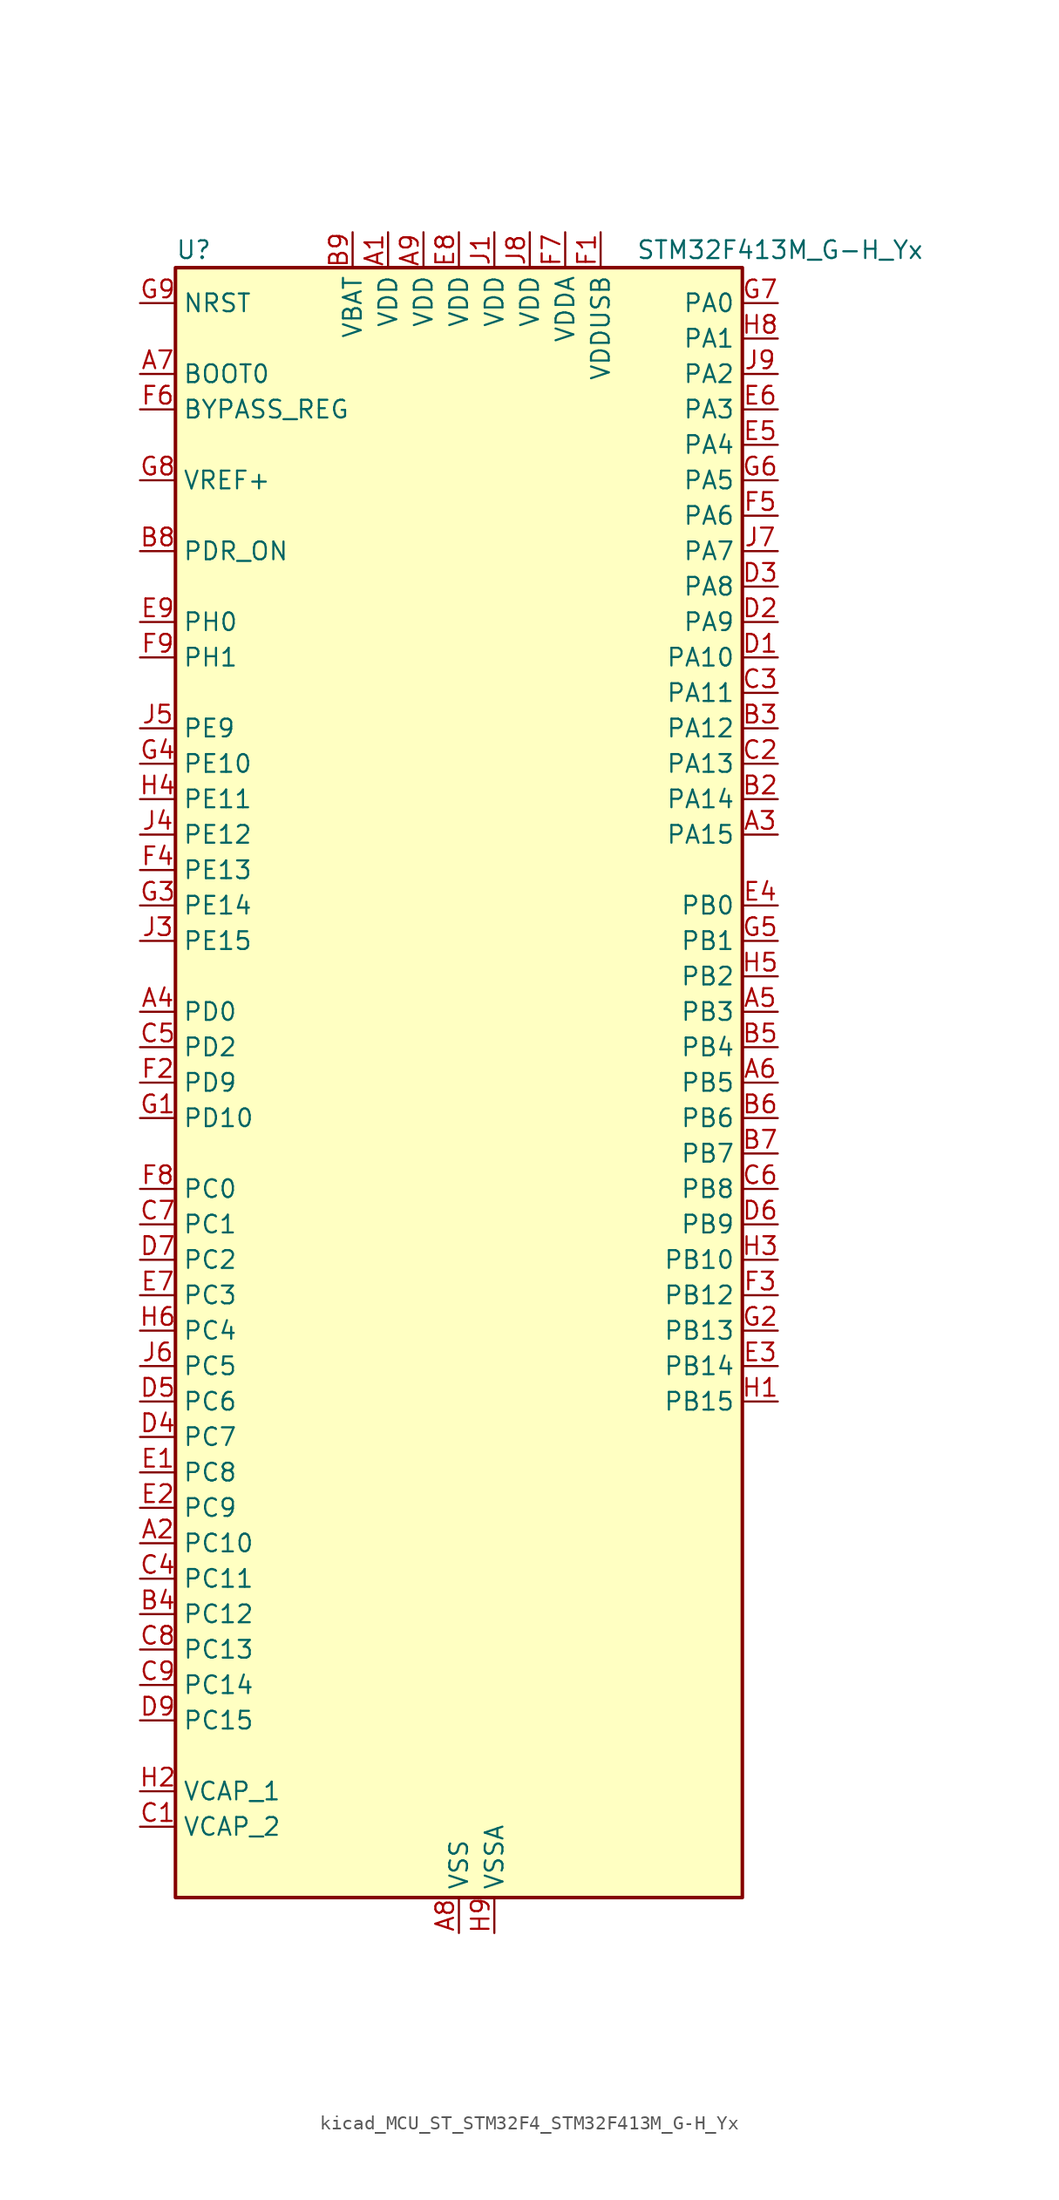
<source format=kicad_sym>
(kicad_symbol_lib
  (version 20220914)
  (generator kicad_symbol_editor)
  (symbol "kicad_MCU_ST_STM32F4_STM32F413M_G-H_Yx"
    (property "Reference" "U"
      (at -20.32 59.69 0)
      (effects (font (size 1.27 1.27)) (justify left)))
    (property "Value" "STM32F413M_G-H_Yx"
      (at 12.7 59.69 0)
      (effects (font (size 1.27 1.27)) (justify left)))
    (property "ki_locked" ""
      (at 0 0 0)
      (effects (font (size 1.27 1.27))))
    (symbol "kicad_MCU_ST_STM32F4_STM32F413M_G-H_Yx_0_1"
      (rectangle (start -20.32 -58.42) (end 20.32 58.42) (stroke (width 0.254) (type default)) (fill (type background))))
    (symbol "kicad_MCU_ST_STM32F4_STM32F413M_G-H_Yx_1_1"
      (pin power_in line (at -5.08 60.96 270) (length 2.54) (name "VDD" (effects (font (size 1.27 1.27)))) (number "A1" (effects (font (size 1.27 1.27)))))
      (pin bidirectional line (at -22.86 -33.02 0) (length 2.54) (name "PC10" (effects (font (size 1.27 1.27)))) (number "A2" (effects (font (size 1.27 1.27)))) (alternate "DFSDM2_CKIN5" bidirectional line) (alternate "I2S3_CK" bidirectional line) (alternate "QUADSPI_BK1_IO1" bidirectional line) (alternate "SDIO_D2" bidirectional line) (alternate "SPI3_SCK" bidirectional line) (alternate "USART3_TX" bidirectional line))
      (pin bidirectional line (at 22.86 17.78 180) (length 2.54) (name "PA15" (effects (font (size 1.27 1.27)))) (number "A3" (effects (font (size 1.27 1.27)))) (alternate "ADC1_EXTI15" bidirectional line) (alternate "CAN3_TX" bidirectional line) (alternate "I2S1_WS" bidirectional line) (alternate "I2S3_WS" bidirectional line) (alternate "SAI1_MCLK_A" bidirectional line) (alternate "SPI1_NSS" bidirectional line) (alternate "SPI3_NSS" bidirectional line) (alternate "SYS_JTDI" bidirectional line) (alternate "TIM2_CH1" bidirectional line) (alternate "TIM2_ETR" bidirectional line) (alternate "UART7_TX" bidirectional line) (alternate "USART1_TX" bidirectional line))
      (pin bidirectional line (at -22.86 5.08 0) (length 2.54) (name "PD0" (effects (font (size 1.27 1.27)))) (number "A4" (effects (font (size 1.27 1.27)))) (alternate "CAN1_RX" bidirectional line) (alternate "DFSDM2_CKIN6" bidirectional line) (alternate "FSMC_D2" bidirectional line) (alternate "FSMC_DA2" bidirectional line) (alternate "UART4_RX" bidirectional line))
      (pin bidirectional line (at 22.86 5.08 180) (length 2.54) (name "PB3" (effects (font (size 1.27 1.27)))) (number "A5" (effects (font (size 1.27 1.27)))) (alternate "CAN3_RX" bidirectional line) (alternate "FMPI2C1_SDA" bidirectional line) (alternate "I2C2_SDA" bidirectional line) (alternate "I2S1_CK" bidirectional line) (alternate "I2S3_CK" bidirectional line) (alternate "SAI1_SD_A" bidirectional line) (alternate "SPI1_SCK" bidirectional line) (alternate "SPI3_SCK" bidirectional line) (alternate "SYS_JTDO-SWO" bidirectional line) (alternate "TIM2_CH2" bidirectional line) (alternate "UART7_RX" bidirectional line) (alternate "USART1_RX" bidirectional line))
      (pin bidirectional line (at 22.86 0 180) (length 2.54) (name "PB5" (effects (font (size 1.27 1.27)))) (number "A6" (effects (font (size 1.27 1.27)))) (alternate "CAN2_RX" bidirectional line) (alternate "I2C1_SMBA" bidirectional line) (alternate "I2S1_SD" bidirectional line) (alternate "I2S3_SD" bidirectional line) (alternate "LPTIM1_IN1" bidirectional line) (alternate "SAI1_FS_A" bidirectional line) (alternate "SDIO_D3" bidirectional line) (alternate "SPI1_MOSI" bidirectional line) (alternate "SPI3_MOSI" bidirectional line) (alternate "TIM3_CH2" bidirectional line) (alternate "UART5_RX" bidirectional line))
      (pin input line (at -22.86 50.8 0) (length 2.54) (name "BOOT0" (effects (font (size 1.27 1.27)))) (number "A7" (effects (font (size 1.27 1.27)))))
      (pin power_in line (at 0 -60.96 90) (length 2.54) (name "VSS" (effects (font (size 1.27 1.27)))) (number "A8" (effects (font (size 1.27 1.27)))))
      (pin power_in line (at -2.54 60.96 270) (length 2.54) (name "VDD" (effects (font (size 1.27 1.27)))) (number "A9" (effects (font (size 1.27 1.27)))))
      (pin passive line (at 0 -60.96 90) (length 2.54) hide (name "VSS" (effects (font (size 1.27 1.27)))) (number "B1" (effects (font (size 1.27 1.27)))))
      (pin bidirectional line (at 22.86 20.32 180) (length 2.54) (name "PA14" (effects (font (size 1.27 1.27)))) (number "B2" (effects (font (size 1.27 1.27)))) (alternate "SYS_JTCK-SWCLK" bidirectional line))
      (pin bidirectional line (at 22.86 25.4 180) (length 2.54) (name "PA12" (effects (font (size 1.27 1.27)))) (number "B3" (effects (font (size 1.27 1.27)))) (alternate "CAN1_TX" bidirectional line) (alternate "DFSDM2_DATIN5" bidirectional line) (alternate "SPI2_MISO" bidirectional line) (alternate "SPI5_MISO" bidirectional line) (alternate "TIM1_ETR" bidirectional line) (alternate "UART4_TX" bidirectional line) (alternate "USART1_RTS" bidirectional line) (alternate "USART6_RX" bidirectional line) (alternate "USB_OTG_FS_DP" bidirectional line))
      (pin bidirectional line (at -22.86 -38.1 0) (length 2.54) (name "PC12" (effects (font (size 1.27 1.27)))) (number "B4" (effects (font (size 1.27 1.27)))) (alternate "FSMC_D3" bidirectional line) (alternate "FSMC_DA3" bidirectional line) (alternate "I2S3_SD" bidirectional line) (alternate "SDIO_CK" bidirectional line) (alternate "SPI3_MOSI" bidirectional line) (alternate "UART5_TX" bidirectional line) (alternate "USART3_CK" bidirectional line))
      (pin bidirectional line (at 22.86 2.54 180) (length 2.54) (name "PB4" (effects (font (size 1.27 1.27)))) (number "B5" (effects (font (size 1.27 1.27)))) (alternate "CAN3_TX" bidirectional line) (alternate "I2C3_SDA" bidirectional line) (alternate "I2S3_ext_SD" bidirectional line) (alternate "SAI1_SCK_A" bidirectional line) (alternate "SDIO_D0" bidirectional line) (alternate "SPI1_MISO" bidirectional line) (alternate "SPI3_MISO" bidirectional line) (alternate "SYS_JTRST" bidirectional line) (alternate "TIM3_CH1" bidirectional line) (alternate "UART7_TX" bidirectional line))
      (pin bidirectional line (at 22.86 -2.54 180) (length 2.54) (name "PB6" (effects (font (size 1.27 1.27)))) (number "B6" (effects (font (size 1.27 1.27)))) (alternate "CAN2_TX" bidirectional line) (alternate "DFSDM2_CKIN7" bidirectional line) (alternate "I2C1_SCL" bidirectional line) (alternate "LPTIM1_ETR" bidirectional line) (alternate "QUADSPI_BK1_NCS" bidirectional line) (alternate "SDIO_D0" bidirectional line) (alternate "TIM4_CH1" bidirectional line) (alternate "UART5_TX" bidirectional line) (alternate "USART1_TX" bidirectional line))
      (pin bidirectional line (at 22.86 -5.08 180) (length 2.54) (name "PB7" (effects (font (size 1.27 1.27)))) (number "B7" (effects (font (size 1.27 1.27)))) (alternate "DFSDM2_DATIN7" bidirectional line) (alternate "FSMC_NL" bidirectional line) (alternate "I2C1_SDA" bidirectional line) (alternate "LPTIM1_IN2" bidirectional line) (alternate "TIM4_CH2" bidirectional line) (alternate "USART1_RX" bidirectional line))
      (pin input line (at -22.86 38.1 0) (length 2.54) (name "PDR_ON" (effects (font (size 1.27 1.27)))) (number "B8" (effects (font (size 1.27 1.27)))))
      (pin power_in line (at -7.62 60.96 270) (length 2.54) (name "VBAT" (effects (font (size 1.27 1.27)))) (number "B9" (effects (font (size 1.27 1.27)))))
      (pin power_out line (at -22.86 -53.34 0) (length 2.54) (name "VCAP_2" (effects (font (size 1.27 1.27)))) (number "C1" (effects (font (size 1.27 1.27)))))
      (pin bidirectional line (at 22.86 22.86 180) (length 2.54) (name "PA13" (effects (font (size 1.27 1.27)))) (number "C2" (effects (font (size 1.27 1.27)))) (alternate "SYS_JTMS-SWDIO" bidirectional line))
      (pin bidirectional line (at 22.86 27.94 180) (length 2.54) (name "PA11" (effects (font (size 1.27 1.27)))) (number "C3" (effects (font (size 1.27 1.27)))) (alternate "ADC1_EXTI11" bidirectional line) (alternate "CAN1_RX" bidirectional line) (alternate "DFSDM2_CKIN5" bidirectional line) (alternate "I2S2_WS" bidirectional line) (alternate "SPI2_NSS" bidirectional line) (alternate "SPI4_MISO" bidirectional line) (alternate "TIM1_CH4" bidirectional line) (alternate "UART4_RX" bidirectional line) (alternate "USART1_CTS" bidirectional line) (alternate "USART6_TX" bidirectional line) (alternate "USB_OTG_FS_DM" bidirectional line))
      (pin bidirectional line (at -22.86 -35.56 0) (length 2.54) (name "PC11" (effects (font (size 1.27 1.27)))) (number "C4" (effects (font (size 1.27 1.27)))) (alternate "ADC1_EXTI11" bidirectional line) (alternate "DFSDM2_DATIN5" bidirectional line) (alternate "FSMC_D2" bidirectional line) (alternate "FSMC_DA2" bidirectional line) (alternate "I2S3_ext_SD" bidirectional line) (alternate "QUADSPI_BK2_NCS" bidirectional line) (alternate "SDIO_D3" bidirectional line) (alternate "SPI3_MISO" bidirectional line) (alternate "UART4_RX" bidirectional line) (alternate "USART3_RX" bidirectional line))
      (pin bidirectional line (at -22.86 2.54 0) (length 2.54) (name "PD2" (effects (font (size 1.27 1.27)))) (number "C5" (effects (font (size 1.27 1.27)))) (alternate "DFSDM2_CKOUT" bidirectional line) (alternate "FSMC_NWE" bidirectional line) (alternate "SDIO_CMD" bidirectional line) (alternate "TIM3_ETR" bidirectional line) (alternate "UART5_RX" bidirectional line))
      (pin bidirectional line (at 22.86 -7.62 180) (length 2.54) (name "PB8" (effects (font (size 1.27 1.27)))) (number "C6" (effects (font (size 1.27 1.27)))) (alternate "CAN1_RX" bidirectional line) (alternate "DFSDM2_CKIN1" bidirectional line) (alternate "I2C1_SCL" bidirectional line) (alternate "I2C3_SDA" bidirectional line) (alternate "I2S5_SD" bidirectional line) (alternate "LPTIM1_OUT" bidirectional line) (alternate "SDIO_D4" bidirectional line) (alternate "SPI5_MOSI" bidirectional line) (alternate "TIM10_CH1" bidirectional line) (alternate "TIM4_CH3" bidirectional line) (alternate "UART5_RX" bidirectional line))
      (pin bidirectional line (at -22.86 -10.16 0) (length 2.54) (name "PC1" (effects (font (size 1.27 1.27)))) (number "C7" (effects (font (size 1.27 1.27)))) (alternate "ADC1_IN11" bidirectional line) (alternate "DFSDM2_DATIN4" bidirectional line) (alternate "LPTIM1_OUT" bidirectional line) (alternate "SAI1_SD_B" bidirectional line) (alternate "SYS_WKUP3" bidirectional line))
      (pin bidirectional line (at -22.86 -40.64 0) (length 2.54) (name "PC13" (effects (font (size 1.27 1.27)))) (number "C8" (effects (font (size 1.27 1.27)))) (alternate "RTC_AF1" bidirectional line))
      (pin bidirectional line (at -22.86 -43.18 0) (length 2.54) (name "PC14" (effects (font (size 1.27 1.27)))) (number "C9" (effects (font (size 1.27 1.27)))) (alternate "RCC_OSC32_IN" bidirectional line))
      (pin bidirectional line (at 22.86 30.48 180) (length 2.54) (name "PA10" (effects (font (size 1.27 1.27)))) (number "D1" (effects (font (size 1.27 1.27)))) (alternate "DFSDM2_DATIN3" bidirectional line) (alternate "I2S2_SD" bidirectional line) (alternate "I2S5_SD" bidirectional line) (alternate "SPI2_MOSI" bidirectional line) (alternate "SPI5_MOSI" bidirectional line) (alternate "TIM1_CH3" bidirectional line) (alternate "USART1_RX" bidirectional line) (alternate "USB_OTG_FS_ID" bidirectional line))
      (pin bidirectional line (at 22.86 33.02 180) (length 2.54) (name "PA9" (effects (font (size 1.27 1.27)))) (number "D2" (effects (font (size 1.27 1.27)))) (alternate "DAC_EXTI9" bidirectional line) (alternate "DFSDM2_CKIN3" bidirectional line) (alternate "I2C3_SMBA" bidirectional line) (alternate "I2S2_CK" bidirectional line) (alternate "SDIO_D2" bidirectional line) (alternate "SPI2_SCK" bidirectional line) (alternate "TIM1_CH2" bidirectional line) (alternate "USART1_TX" bidirectional line) (alternate "USB_OTG_FS_VBUS" bidirectional line))
      (pin bidirectional line (at 22.86 35.56 180) (length 2.54) (name "PA8" (effects (font (size 1.27 1.27)))) (number "D3" (effects (font (size 1.27 1.27)))) (alternate "CAN3_RX" bidirectional line) (alternate "DFSDM1_CKOUT" bidirectional line) (alternate "I2C3_SCL" bidirectional line) (alternate "RCC_MCO_1" bidirectional line) (alternate "SDIO_D1" bidirectional line) (alternate "TIM1_CH1" bidirectional line) (alternate "UART7_RX" bidirectional line) (alternate "USART1_CK" bidirectional line) (alternate "USB_OTG_FS_SOF" bidirectional line))
      (pin bidirectional line (at -22.86 -25.4 0) (length 2.54) (name "PC7" (effects (font (size 1.27 1.27)))) (number "D4" (effects (font (size 1.27 1.27)))) (alternate "DFSDM1_DATIN3" bidirectional line) (alternate "DFSDM2_CKIN6" bidirectional line) (alternate "FMPI2C1_SDA" bidirectional line) (alternate "I2S2_CK" bidirectional line) (alternate "I2S3_MCK" bidirectional line) (alternate "SDIO_D7" bidirectional line) (alternate "SPI2_SCK" bidirectional line) (alternate "TIM3_CH2" bidirectional line) (alternate "TIM8_CH2" bidirectional line) (alternate "USART6_RX" bidirectional line))
      (pin bidirectional line (at -22.86 -22.86 0) (length 2.54) (name "PC6" (effects (font (size 1.27 1.27)))) (number "D5" (effects (font (size 1.27 1.27)))) (alternate "DFSDM1_CKIN3" bidirectional line) (alternate "DFSDM2_DATIN6" bidirectional line) (alternate "FMPI2C1_SCL" bidirectional line) (alternate "FSMC_D1" bidirectional line) (alternate "FSMC_DA1" bidirectional line) (alternate "I2S2_MCK" bidirectional line) (alternate "SDIO_D6" bidirectional line) (alternate "TIM3_CH1" bidirectional line) (alternate "TIM8_CH1" bidirectional line) (alternate "USART6_TX" bidirectional line))
      (pin bidirectional line (at 22.86 -10.16 180) (length 2.54) (name "PB9" (effects (font (size 1.27 1.27)))) (number "D6" (effects (font (size 1.27 1.27)))) (alternate "CAN1_TX" bidirectional line) (alternate "DAC_EXTI9" bidirectional line) (alternate "DFSDM2_DATIN1" bidirectional line) (alternate "I2C1_SDA" bidirectional line) (alternate "I2C2_SDA" bidirectional line) (alternate "I2S2_WS" bidirectional line) (alternate "SDIO_D5" bidirectional line) (alternate "SPI2_NSS" bidirectional line) (alternate "TIM11_CH1" bidirectional line) (alternate "TIM4_CH4" bidirectional line) (alternate "UART5_TX" bidirectional line))
      (pin bidirectional line (at -22.86 -12.7 0) (length 2.54) (name "PC2" (effects (font (size 1.27 1.27)))) (number "D7" (effects (font (size 1.27 1.27)))) (alternate "ADC1_IN12" bidirectional line) (alternate "DFSDM1_CKOUT" bidirectional line) (alternate "DFSDM2_DATIN7" bidirectional line) (alternate "FSMC_NWE" bidirectional line) (alternate "I2S2_ext_SD" bidirectional line) (alternate "LPTIM1_IN2" bidirectional line) (alternate "SAI1_SCK_B" bidirectional line) (alternate "SPI2_MISO" bidirectional line))
      (pin passive line (at 0 -60.96 90) (length 2.54) hide (name "VSS" (effects (font (size 1.27 1.27)))) (number "D8" (effects (font (size 1.27 1.27)))))
      (pin bidirectional line (at -22.86 -45.72 0) (length 2.54) (name "PC15" (effects (font (size 1.27 1.27)))) (number "D9" (effects (font (size 1.27 1.27)))) (alternate "ADC1_EXTI15" bidirectional line) (alternate "RCC_OSC32_OUT" bidirectional line))
      (pin bidirectional line (at -22.86 -27.94 0) (length 2.54) (name "PC8" (effects (font (size 1.27 1.27)))) (number "E1" (effects (font (size 1.27 1.27)))) (alternate "DFSDM2_CKIN3" bidirectional line) (alternate "QUADSPI_BK1_IO2" bidirectional line) (alternate "SDIO_D0" bidirectional line) (alternate "TIM3_CH3" bidirectional line) (alternate "TIM8_CH3" bidirectional line) (alternate "USART6_CK" bidirectional line))
      (pin bidirectional line (at -22.86 -30.48 0) (length 2.54) (name "PC9" (effects (font (size 1.27 1.27)))) (number "E2" (effects (font (size 1.27 1.27)))) (alternate "DAC_EXTI9" bidirectional line) (alternate "DFSDM2_DATIN3" bidirectional line) (alternate "I2C3_SDA" bidirectional line) (alternate "I2S_CKIN" bidirectional line) (alternate "QUADSPI_BK1_IO0" bidirectional line) (alternate "RCC_MCO_2" bidirectional line) (alternate "SDIO_D1" bidirectional line) (alternate "TIM3_CH4" bidirectional line) (alternate "TIM8_CH4" bidirectional line))
      (pin bidirectional line (at 22.86 -20.32 180) (length 2.54) (name "PB14" (effects (font (size 1.27 1.27)))) (number "E3" (effects (font (size 1.27 1.27)))) (alternate "DFSDM1_DATIN2" bidirectional line) (alternate "FMPI2C1_SDA" bidirectional line) (alternate "FSMC_D0" bidirectional line) (alternate "FSMC_DA0" bidirectional line) (alternate "I2S2_ext_SD" bidirectional line) (alternate "SDIO_D6" bidirectional line) (alternate "SPI2_MISO" bidirectional line) (alternate "TIM12_CH1" bidirectional line) (alternate "TIM1_CH2N" bidirectional line) (alternate "TIM8_CH2N" bidirectional line) (alternate "USART3_RTS" bidirectional line))
      (pin bidirectional line (at 22.86 12.7 180) (length 2.54) (name "PB0" (effects (font (size 1.27 1.27)))) (number "E4" (effects (font (size 1.27 1.27)))) (alternate "ADC1_IN8" bidirectional line) (alternate "I2S5_CK" bidirectional line) (alternate "SPI5_SCK" bidirectional line) (alternate "TIM1_CH2N" bidirectional line) (alternate "TIM3_CH3" bidirectional line) (alternate "TIM8_CH2N" bidirectional line))
      (pin bidirectional line (at 22.86 45.72 180) (length 2.54) (name "PA4" (effects (font (size 1.27 1.27)))) (number "E5" (effects (font (size 1.27 1.27)))) (alternate "ADC1_IN4" bidirectional line) (alternate "DAC_OUT1" bidirectional line) (alternate "DFSDM1_DATIN1" bidirectional line) (alternate "FSMC_D6" bidirectional line) (alternate "FSMC_DA6" bidirectional line) (alternate "I2S1_WS" bidirectional line) (alternate "I2S3_WS" bidirectional line) (alternate "SPI1_NSS" bidirectional line) (alternate "SPI3_NSS" bidirectional line) (alternate "USART2_CK" bidirectional line))
      (pin bidirectional line (at 22.86 48.26 180) (length 2.54) (name "PA3" (effects (font (size 1.27 1.27)))) (number "E6" (effects (font (size 1.27 1.27)))) (alternate "ADC1_IN3" bidirectional line) (alternate "FSMC_D5" bidirectional line) (alternate "FSMC_DA5" bidirectional line) (alternate "I2S2_MCK" bidirectional line) (alternate "SAI1_SD_B" bidirectional line) (alternate "TIM2_CH4" bidirectional line) (alternate "TIM5_CH4" bidirectional line) (alternate "TIM9_CH2" bidirectional line) (alternate "USART2_RX" bidirectional line))
      (pin bidirectional line (at -22.86 -15.24 0) (length 2.54) (name "PC3" (effects (font (size 1.27 1.27)))) (number "E7" (effects (font (size 1.27 1.27)))) (alternate "ADC1_IN13" bidirectional line) (alternate "DFSDM2_CKIN7" bidirectional line) (alternate "FSMC_A0" bidirectional line) (alternate "I2S2_SD" bidirectional line) (alternate "LPTIM1_ETR" bidirectional line) (alternate "SAI1_FS_B" bidirectional line) (alternate "SPI2_MOSI" bidirectional line))
      (pin power_in line (at 0 60.96 270) (length 2.54) (name "VDD" (effects (font (size 1.27 1.27)))) (number "E8" (effects (font (size 1.27 1.27)))))
      (pin bidirectional line (at -22.86 33.02 0) (length 2.54) (name "PH0" (effects (font (size 1.27 1.27)))) (number "E9" (effects (font (size 1.27 1.27)))) (alternate "RCC_OSC_IN" bidirectional line))
      (pin power_in line (at 10.16 60.96 270) (length 2.54) (name "VDDUSB" (effects (font (size 1.27 1.27)))) (number "F1" (effects (font (size 1.27 1.27)))))
      (pin bidirectional line (at -22.86 0 0) (length 2.54) (name "PD9" (effects (font (size 1.27 1.27)))) (number "F2" (effects (font (size 1.27 1.27)))) (alternate "DAC_EXTI9" bidirectional line) (alternate "FSMC_D14" bidirectional line) (alternate "FSMC_DA14" bidirectional line) (alternate "USART3_RX" bidirectional line))
      (pin bidirectional line (at 22.86 -15.24 180) (length 2.54) (name "PB12" (effects (font (size 1.27 1.27)))) (number "F3" (effects (font (size 1.27 1.27)))) (alternate "CAN2_RX" bidirectional line) (alternate "DFSDM1_DATIN1" bidirectional line) (alternate "FSMC_D13" bidirectional line) (alternate "FSMC_DA13" bidirectional line) (alternate "I2C2_SMBA" bidirectional line) (alternate "I2S2_WS" bidirectional line) (alternate "I2S3_CK" bidirectional line) (alternate "I2S4_WS" bidirectional line) (alternate "SPI2_NSS" bidirectional line) (alternate "SPI3_SCK" bidirectional line) (alternate "SPI4_NSS" bidirectional line) (alternate "TIM1_BKIN" bidirectional line) (alternate "UART5_RX" bidirectional line) (alternate "USART3_CK" bidirectional line))
      (pin bidirectional line (at -22.86 15.24 0) (length 2.54) (name "PE13" (effects (font (size 1.27 1.27)))) (number "F4" (effects (font (size 1.27 1.27)))) (alternate "DFSDM2_CKIN7" bidirectional line) (alternate "FSMC_D10" bidirectional line) (alternate "FSMC_DA10" bidirectional line) (alternate "SPI4_MISO" bidirectional line) (alternate "SPI5_MISO" bidirectional line) (alternate "TIM1_CH3" bidirectional line))
      (pin bidirectional line (at 22.86 40.64 180) (length 2.54) (name "PA6" (effects (font (size 1.27 1.27)))) (number "F5" (effects (font (size 1.27 1.27)))) (alternate "ADC1_IN6" bidirectional line) (alternate "DFSDM2_CKIN1" bidirectional line) (alternate "I2S2_MCK" bidirectional line) (alternate "QUADSPI_BK2_IO0" bidirectional line) (alternate "SDIO_CMD" bidirectional line) (alternate "SPI1_MISO" bidirectional line) (alternate "TIM13_CH1" bidirectional line) (alternate "TIM1_BKIN" bidirectional line) (alternate "TIM3_CH1" bidirectional line) (alternate "TIM8_BKIN" bidirectional line))
      (pin input line (at -22.86 48.26 0) (length 2.54) (name "BYPASS_REG" (effects (font (size 1.27 1.27)))) (number "F6" (effects (font (size 1.27 1.27)))))
      (pin power_in line (at 7.62 60.96 270) (length 2.54) (name "VDDA" (effects (font (size 1.27 1.27)))) (number "F7" (effects (font (size 1.27 1.27)))))
      (pin bidirectional line (at -22.86 -7.62 0) (length 2.54) (name "PC0" (effects (font (size 1.27 1.27)))) (number "F8" (effects (font (size 1.27 1.27)))) (alternate "ADC1_IN10" bidirectional line) (alternate "DFSDM2_CKIN4" bidirectional line) (alternate "LPTIM1_IN1" bidirectional line) (alternate "SAI1_MCLK_B" bidirectional line) (alternate "SYS_WKUP2" bidirectional line))
      (pin bidirectional line (at -22.86 30.48 0) (length 2.54) (name "PH1" (effects (font (size 1.27 1.27)))) (number "F9" (effects (font (size 1.27 1.27)))) (alternate "RCC_OSC_OUT" bidirectional line))
      (pin bidirectional line (at -22.86 -2.54 0) (length 2.54) (name "PD10" (effects (font (size 1.27 1.27)))) (number "G1" (effects (font (size 1.27 1.27)))) (alternate "FSMC_D15" bidirectional line) (alternate "FSMC_DA15" bidirectional line) (alternate "UART4_TX" bidirectional line) (alternate "USART3_CK" bidirectional line))
      (pin bidirectional line (at 22.86 -17.78 180) (length 2.54) (name "PB13" (effects (font (size 1.27 1.27)))) (number "G2" (effects (font (size 1.27 1.27)))) (alternate "CAN2_TX" bidirectional line) (alternate "DFSDM1_CKIN1" bidirectional line) (alternate "FMPI2C1_SMBA" bidirectional line) (alternate "I2S2_CK" bidirectional line) (alternate "I2S4_CK" bidirectional line) (alternate "SPI2_SCK" bidirectional line) (alternate "SPI4_SCK" bidirectional line) (alternate "TIM1_CH1N" bidirectional line) (alternate "UART5_TX" bidirectional line) (alternate "USART3_CTS" bidirectional line))
      (pin bidirectional line (at -22.86 12.7 0) (length 2.54) (name "PE14" (effects (font (size 1.27 1.27)))) (number "G3" (effects (font (size 1.27 1.27)))) (alternate "DFSDM2_DATIN1" bidirectional line) (alternate "FSMC_D11" bidirectional line) (alternate "FSMC_DA11" bidirectional line) (alternate "I2S4_SD" bidirectional line) (alternate "I2S5_SD" bidirectional line) (alternate "SPI4_MOSI" bidirectional line) (alternate "SPI5_MOSI" bidirectional line) (alternate "TIM1_CH4" bidirectional line))
      (pin bidirectional line (at -22.86 22.86 0) (length 2.54) (name "PE10" (effects (font (size 1.27 1.27)))) (number "G4" (effects (font (size 1.27 1.27)))) (alternate "DFSDM2_DATIN0" bidirectional line) (alternate "FSMC_D7" bidirectional line) (alternate "FSMC_DA7" bidirectional line) (alternate "QUADSPI_BK2_IO3" bidirectional line) (alternate "TIM1_CH2N" bidirectional line))
      (pin bidirectional line (at 22.86 10.16 180) (length 2.54) (name "PB1" (effects (font (size 1.27 1.27)))) (number "G5" (effects (font (size 1.27 1.27)))) (alternate "ADC1_IN9" bidirectional line) (alternate "DFSDM1_DATIN0" bidirectional line) (alternate "I2S5_WS" bidirectional line) (alternate "QUADSPI_CLK" bidirectional line) (alternate "SPI5_NSS" bidirectional line) (alternate "TIM1_CH3N" bidirectional line) (alternate "TIM3_CH4" bidirectional line) (alternate "TIM8_CH3N" bidirectional line))
      (pin bidirectional line (at 22.86 43.18 180) (length 2.54) (name "PA5" (effects (font (size 1.27 1.27)))) (number "G6" (effects (font (size 1.27 1.27)))) (alternate "ADC1_IN5" bidirectional line) (alternate "DAC_OUT2" bidirectional line) (alternate "DFSDM1_CKIN1" bidirectional line) (alternate "FSMC_D7" bidirectional line) (alternate "FSMC_DA7" bidirectional line) (alternate "I2S1_CK" bidirectional line) (alternate "SPI1_SCK" bidirectional line) (alternate "TIM2_CH1" bidirectional line) (alternate "TIM2_ETR" bidirectional line) (alternate "TIM8_CH1N" bidirectional line))
      (pin bidirectional line (at 22.86 55.88 180) (length 2.54) (name "PA0" (effects (font (size 1.27 1.27)))) (number "G7" (effects (font (size 1.27 1.27)))) (alternate "ADC1_IN0" bidirectional line) (alternate "SYS_WKUP1" bidirectional line) (alternate "TIM2_CH1" bidirectional line) (alternate "TIM2_ETR" bidirectional line) (alternate "TIM5_CH1" bidirectional line) (alternate "TIM8_ETR" bidirectional line) (alternate "UART4_TX" bidirectional line) (alternate "USART2_CTS" bidirectional line))
      (pin input line (at -22.86 43.18 0) (length 2.54) (name "VREF+" (effects (font (size 1.27 1.27)))) (number "G8" (effects (font (size 1.27 1.27)))))
      (pin input line (at -22.86 55.88 0) (length 2.54) (name "NRST" (effects (font (size 1.27 1.27)))) (number "G9" (effects (font (size 1.27 1.27)))))
      (pin bidirectional line (at 22.86 -22.86 180) (length 2.54) (name "PB15" (effects (font (size 1.27 1.27)))) (number "H1" (effects (font (size 1.27 1.27)))) (alternate "ADC1_EXTI15" bidirectional line) (alternate "DFSDM1_CKIN2" bidirectional line) (alternate "FMPI2C1_SCL" bidirectional line) (alternate "I2S2_SD" bidirectional line) (alternate "RTC_REFIN" bidirectional line) (alternate "SDIO_CK" bidirectional line) (alternate "SPI2_MOSI" bidirectional line) (alternate "TIM12_CH2" bidirectional line) (alternate "TIM1_CH3N" bidirectional line) (alternate "TIM8_CH3N" bidirectional line))
      (pin power_out line (at -22.86 -50.8 0) (length 2.54) (name "VCAP_1" (effects (font (size 1.27 1.27)))) (number "H2" (effects (font (size 1.27 1.27)))))
      (pin bidirectional line (at 22.86 -12.7 180) (length 2.54) (name "PB10" (effects (font (size 1.27 1.27)))) (number "H3" (effects (font (size 1.27 1.27)))) (alternate "DFSDM2_CKOUT" bidirectional line) (alternate "FMPI2C1_SCL" bidirectional line) (alternate "I2C2_SCL" bidirectional line) (alternate "I2S2_CK" bidirectional line) (alternate "I2S3_MCK" bidirectional line) (alternate "SDIO_D7" bidirectional line) (alternate "SPI2_SCK" bidirectional line) (alternate "TIM2_CH3" bidirectional line) (alternate "USART3_TX" bidirectional line))
      (pin bidirectional line (at -22.86 20.32 0) (length 2.54) (name "PE11" (effects (font (size 1.27 1.27)))) (number "H4" (effects (font (size 1.27 1.27)))) (alternate "ADC1_EXTI11" bidirectional line) (alternate "DFSDM2_CKIN0" bidirectional line) (alternate "FSMC_D8" bidirectional line) (alternate "FSMC_DA8" bidirectional line) (alternate "I2S4_WS" bidirectional line) (alternate "I2S5_WS" bidirectional line) (alternate "SPI4_NSS" bidirectional line) (alternate "SPI5_NSS" bidirectional line) (alternate "TIM1_CH2" bidirectional line))
      (pin bidirectional line (at 22.86 7.62 180) (length 2.54) (name "PB2" (effects (font (size 1.27 1.27)))) (number "H5" (effects (font (size 1.27 1.27)))) (alternate "DFSDM1_CKIN0" bidirectional line) (alternate "LPTIM1_OUT" bidirectional line) (alternate "QUADSPI_CLK" bidirectional line))
      (pin bidirectional line (at -22.86 -17.78 0) (length 2.54) (name "PC4" (effects (font (size 1.27 1.27)))) (number "H6" (effects (font (size 1.27 1.27)))) (alternate "ADC1_IN14" bidirectional line) (alternate "DFSDM2_CKIN2" bidirectional line) (alternate "FSMC_NE4" bidirectional line) (alternate "I2S1_MCK" bidirectional line) (alternate "QUADSPI_BK2_IO2" bidirectional line))
      (pin passive line (at 0 -60.96 90) (length 2.54) hide (name "VSS" (effects (font (size 1.27 1.27)))) (number "H7" (effects (font (size 1.27 1.27)))))
      (pin bidirectional line (at 22.86 53.34 180) (length 2.54) (name "PA1" (effects (font (size 1.27 1.27)))) (number "H8" (effects (font (size 1.27 1.27)))) (alternate "ADC1_IN1" bidirectional line) (alternate "I2S4_SD" bidirectional line) (alternate "QUADSPI_BK1_IO3" bidirectional line) (alternate "SPI4_MOSI" bidirectional line) (alternate "TIM2_CH2" bidirectional line) (alternate "TIM5_CH2" bidirectional line) (alternate "UART4_RX" bidirectional line) (alternate "USART2_RTS" bidirectional line))
      (pin power_in line (at 2.54 -60.96 90) (length 2.54) (name "VSSA" (effects (font (size 1.27 1.27)))) (number "H9" (effects (font (size 1.27 1.27)))))
      (pin power_in line (at 2.54 60.96 270) (length 2.54) (name "VDD" (effects (font (size 1.27 1.27)))) (number "J1" (effects (font (size 1.27 1.27)))))
      (pin passive line (at 0 -60.96 90) (length 2.54) hide (name "VSS" (effects (font (size 1.27 1.27)))) (number "J2" (effects (font (size 1.27 1.27)))))
      (pin bidirectional line (at -22.86 10.16 0) (length 2.54) (name "PE15" (effects (font (size 1.27 1.27)))) (number "J3" (effects (font (size 1.27 1.27)))) (alternate "ADC1_EXTI15" bidirectional line) (alternate "DFSDM2_CKIN1" bidirectional line) (alternate "FSMC_D12" bidirectional line) (alternate "FSMC_DA12" bidirectional line) (alternate "TIM1_BKIN" bidirectional line))
      (pin bidirectional line (at -22.86 17.78 0) (length 2.54) (name "PE12" (effects (font (size 1.27 1.27)))) (number "J4" (effects (font (size 1.27 1.27)))) (alternate "DFSDM2_DATIN7" bidirectional line) (alternate "FSMC_D9" bidirectional line) (alternate "FSMC_DA9" bidirectional line) (alternate "I2S4_CK" bidirectional line) (alternate "I2S5_CK" bidirectional line) (alternate "SPI4_SCK" bidirectional line) (alternate "SPI5_SCK" bidirectional line) (alternate "TIM1_CH3N" bidirectional line))
      (pin bidirectional line (at -22.86 25.4 0) (length 2.54) (name "PE9" (effects (font (size 1.27 1.27)))) (number "J5" (effects (font (size 1.27 1.27)))) (alternate "DAC_EXTI9" bidirectional line) (alternate "DFSDM1_CKOUT" bidirectional line) (alternate "FSMC_D6" bidirectional line) (alternate "FSMC_DA6" bidirectional line) (alternate "QUADSPI_BK2_IO2" bidirectional line) (alternate "TIM1_CH1" bidirectional line))
      (pin bidirectional line (at -22.86 -20.32 0) (length 2.54) (name "PC5" (effects (font (size 1.27 1.27)))) (number "J6" (effects (font (size 1.27 1.27)))) (alternate "ADC1_IN15" bidirectional line) (alternate "DFSDM2_DATIN2" bidirectional line) (alternate "FMPI2C1_SMBA" bidirectional line) (alternate "FSMC_NOE" bidirectional line) (alternate "QUADSPI_BK2_IO3" bidirectional line) (alternate "USART3_RX" bidirectional line))
      (pin bidirectional line (at 22.86 38.1 180) (length 2.54) (name "PA7" (effects (font (size 1.27 1.27)))) (number "J7" (effects (font (size 1.27 1.27)))) (alternate "ADC1_IN7" bidirectional line) (alternate "DFSDM2_DATIN1" bidirectional line) (alternate "I2S1_SD" bidirectional line) (alternate "QUADSPI_BK2_IO1" bidirectional line) (alternate "SPI1_MOSI" bidirectional line) (alternate "TIM14_CH1" bidirectional line) (alternate "TIM1_CH1N" bidirectional line) (alternate "TIM3_CH2" bidirectional line) (alternate "TIM8_CH1N" bidirectional line))
      (pin power_in line (at 5.08 60.96 270) (length 2.54) (name "VDD" (effects (font (size 1.27 1.27)))) (number "J8" (effects (font (size 1.27 1.27)))))
      (pin bidirectional line (at 22.86 50.8 180) (length 2.54) (name "PA2" (effects (font (size 1.27 1.27)))) (number "J9" (effects (font (size 1.27 1.27)))) (alternate "ADC1_IN2" bidirectional line) (alternate "FSMC_D4" bidirectional line) (alternate "FSMC_DA4" bidirectional line) (alternate "I2S_CKIN" bidirectional line) (alternate "TIM2_CH3" bidirectional line) (alternate "TIM5_CH3" bidirectional line) (alternate "TIM9_CH1" bidirectional line) (alternate "USART2_TX" bidirectional line)))))
</source>
